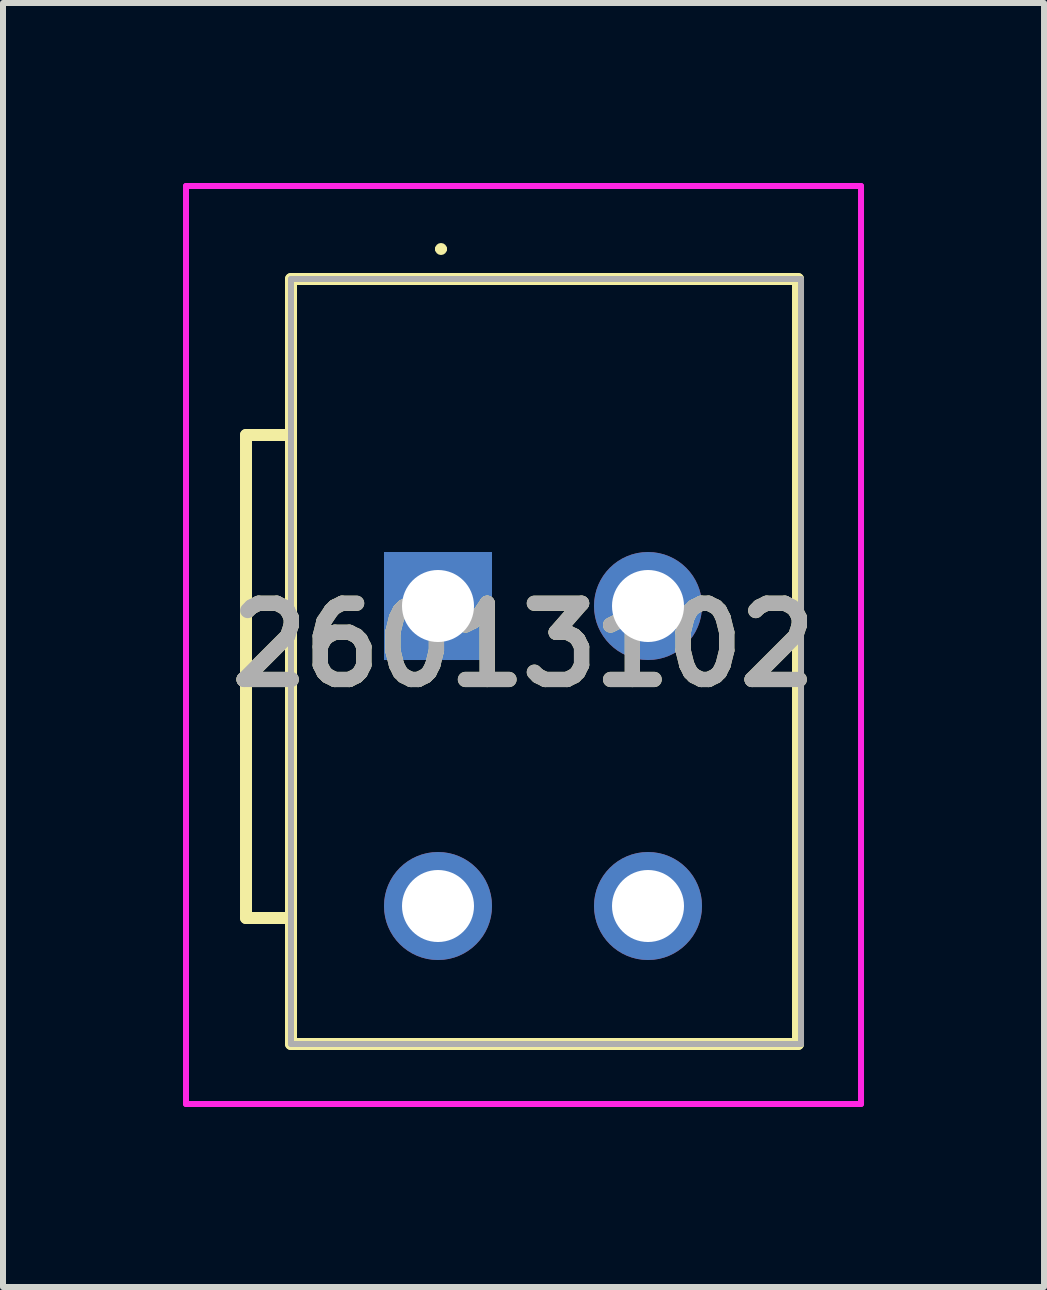
<source format=kicad_pcb>
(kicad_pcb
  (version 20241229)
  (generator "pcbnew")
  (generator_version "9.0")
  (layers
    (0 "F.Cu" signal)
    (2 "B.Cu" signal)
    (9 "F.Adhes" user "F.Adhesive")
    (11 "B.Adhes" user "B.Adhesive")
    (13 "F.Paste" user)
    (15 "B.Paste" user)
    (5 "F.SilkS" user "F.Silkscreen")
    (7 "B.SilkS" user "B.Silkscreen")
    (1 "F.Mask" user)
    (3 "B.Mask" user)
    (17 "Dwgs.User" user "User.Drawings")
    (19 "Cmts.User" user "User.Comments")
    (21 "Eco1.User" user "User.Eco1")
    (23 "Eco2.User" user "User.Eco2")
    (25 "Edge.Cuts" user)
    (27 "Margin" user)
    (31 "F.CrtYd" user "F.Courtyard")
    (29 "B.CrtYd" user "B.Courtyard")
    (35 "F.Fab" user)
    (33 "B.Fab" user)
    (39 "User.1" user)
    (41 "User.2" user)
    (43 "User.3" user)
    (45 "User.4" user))
  (footprint "26013102"
    (layer "F.Cu")
    (at 4.25 12.05)
    (property "Reference" "26013102" (at 1.425 -4.35 0) (layer "F.SilkS") (effects (font (size 1.27 1.27) (thickness 0.254))))
    (attr through_hole)
    (fp_line (start -3.2 -7.85) (end -3.2 0.2) (stroke (width 0.2) (type solid)) (layer "F.SilkS"))
    (fp_line (start -3.2 0.2) (end -2.45 0.2) (stroke (width 0.2) (type solid)) (layer "F.SilkS"))
    (fp_line (start -2.45 -10.45) (end 6 -10.45) (stroke (width 0.2) (type solid)) (layer "F.SilkS"))
    (fp_line (start -2.45 -7.85) (end -3.2 -7.85) (stroke (width 0.2) (type solid)) (layer "F.SilkS"))
    (fp_line (start -2.45 2.3) (end -2.45 -10.45) (stroke (width 0.2) (type solid)) (layer "F.SilkS"))
    (fp_line (start 0 -10.95) (end 0 -10.95) (stroke (width 0.1) (type solid)) (layer "F.SilkS"))
    (fp_line (start 0.1 -10.95) (end 0.1 -10.95) (stroke (width 0.1) (type solid)) (layer "F.SilkS"))
    (fp_line (start 6 -10.45) (end 6 2.3) (stroke (width 0.2) (type solid)) (layer "F.SilkS"))
    (fp_line (start 6 2.3) (end -2.45 2.3) (stroke (width 0.2) (type solid)) (layer "F.SilkS"))
    (fp_arc (start 0 -10.95) (mid 0.05 -11) (end 0.1 -10.95) (stroke (width 0.1) (type solid)) (layer "F.SilkS"))
    (fp_arc (start 0.1 -10.95) (mid 0.05 -10.9) (end 0 -10.95) (stroke (width 0.1) (type solid)) (layer "F.SilkS"))
    (fp_line (start -4.2 -12) (end 7.05 -12) (stroke (width 0.1) (type solid)) (layer "F.CrtYd"))
    (fp_line (start -4.2 3.3) (end -4.2 -12) (stroke (width 0.1) (type solid)) (layer "F.CrtYd"))
    (fp_line (start 7.05 -12) (end 7.05 3.3) (stroke (width 0.1) (type solid)) (layer "F.CrtYd"))
    (fp_line (start 7.05 3.3) (end -4.2 3.3) (stroke (width 0.1) (type solid)) (layer "F.CrtYd"))
    (fp_line (start -2.45 -10.45) (end 6.05 -10.45) (stroke (width 0.1) (type solid)) (layer "F.Fab"))
    (fp_line (start -2.45 2.3) (end -2.45 -10.45) (stroke (width 0.1) (type solid)) (layer "F.Fab"))
    (fp_line (start 6.05 -10.45) (end 6.05 2.3) (stroke (width 0.1) (type solid)) (layer "F.Fab"))
    (fp_line (start 6.05 2.3) (end -2.45 2.3) (stroke (width 0.1) (type solid)) (layer "F.Fab"))
    (fp_text user "${REFERENCE}" (at 1.425 -4.35 0) (layer "F.Fab") (effects (font (size 1.27 1.27) (thickness 0.254))))
    (pad "1" thru_hole rect (at 0 -5) (size 1.8 1.8) (drill 1.2) (layers "*.Cu" "*.Mask"))
    (pad "2" thru_hole circle (at 0 0) (size 1.8 1.8) (drill 1.2) (layers "*.Cu" "*.Mask"))
    (pad "3" thru_hole circle (at 3.5 -5) (size 1.8 1.8) (drill 1.2) (layers "*.Cu" "*.Mask"))
    (pad "4" thru_hole circle (at 3.5 0) (size 1.8 1.8) (drill 1.2) (layers "*.Cu" "*.Mask")))
  (gr_rect
    (start -3 -3)
    (end 14.35 18.4)
    (stroke (width 0.1) (type default))
    (fill no)
    (layer "Edge.Cuts")))
</source>
